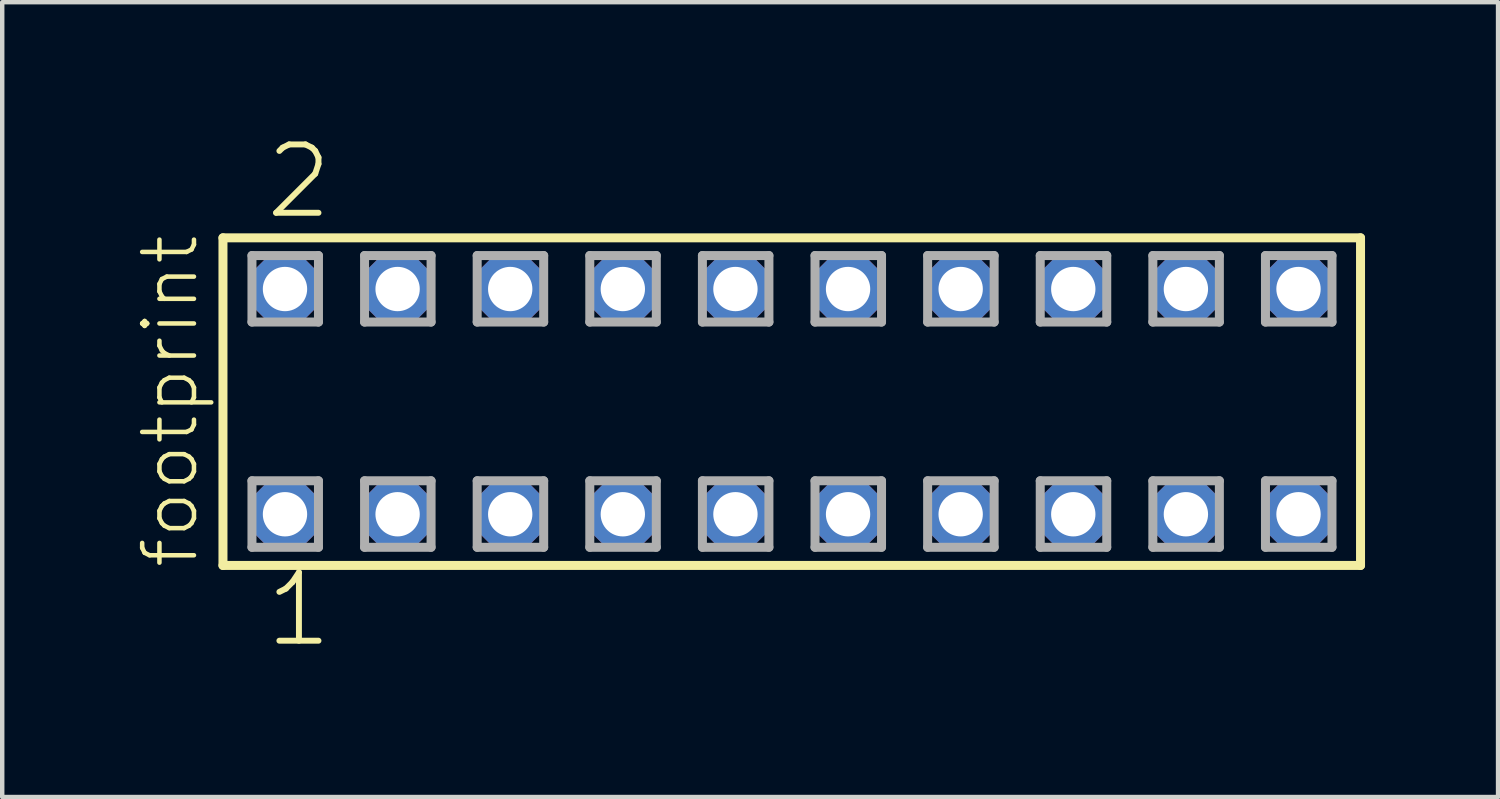
<source format=kicad_pcb>
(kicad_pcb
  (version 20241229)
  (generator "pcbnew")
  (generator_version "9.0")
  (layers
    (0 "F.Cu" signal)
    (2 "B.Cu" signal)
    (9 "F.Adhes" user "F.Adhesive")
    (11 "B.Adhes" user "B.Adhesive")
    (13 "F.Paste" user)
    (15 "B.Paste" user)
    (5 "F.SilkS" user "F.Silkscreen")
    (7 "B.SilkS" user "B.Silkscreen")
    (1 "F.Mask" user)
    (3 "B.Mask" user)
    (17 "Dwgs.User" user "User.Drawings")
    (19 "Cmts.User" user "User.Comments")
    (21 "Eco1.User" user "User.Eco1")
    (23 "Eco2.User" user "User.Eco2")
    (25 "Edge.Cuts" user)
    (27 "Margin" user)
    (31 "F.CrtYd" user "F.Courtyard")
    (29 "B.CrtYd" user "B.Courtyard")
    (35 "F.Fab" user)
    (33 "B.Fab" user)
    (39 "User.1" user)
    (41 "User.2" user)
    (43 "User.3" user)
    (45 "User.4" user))
  (footprint "footprint"
    (layer "F.Cu")
    (at 14.808 6.009)
    (property "Reference" "footprint" (at -13.335 3.81 90) (layer "F.SilkS") (effects (font (size 1.168 1.168) (thickness 0.102)) (justify left bottom)))
    (fp_line (start -12.829 -3.695) (end 12.829 -3.695) (stroke (width 0.203) (type solid)) (layer "F.SilkS"))
    (fp_line (start -12.829 3.695) (end -12.829 -3.695) (stroke (width 0.203) (type solid)) (layer "F.SilkS"))
    (fp_line (start 12.829 -3.695) (end 12.829 3.695) (stroke (width 0.203) (type solid)) (layer "F.SilkS"))
    (fp_line (start 12.829 3.695) (end -12.829 3.695) (stroke (width 0.203) (type solid)) (layer "F.SilkS"))
    (fp_line (start -12.175 -3.295) (end -10.675 -3.295) (stroke (width 0.203) (type solid)) (layer "F.Fab"))
    (fp_line (start -12.175 -1.795) (end -12.175 -3.295) (stroke (width 0.203) (type solid)) (layer "F.Fab"))
    (fp_line (start -12.175 1.785) (end -10.675 1.785) (stroke (width 0.203) (type solid)) (layer "F.Fab"))
    (fp_line (start -12.175 3.285) (end -12.175 1.785) (stroke (width 0.203) (type solid)) (layer "F.Fab"))
    (fp_line (start -10.675 -3.295) (end -10.675 -1.795) (stroke (width 0.203) (type solid)) (layer "F.Fab"))
    (fp_line (start -10.675 -1.795) (end -12.175 -1.795) (stroke (width 0.203) (type solid)) (layer "F.Fab"))
    (fp_line (start -10.675 1.785) (end -10.675 3.285) (stroke (width 0.203) (type solid)) (layer "F.Fab"))
    (fp_line (start -10.675 3.285) (end -12.175 3.285) (stroke (width 0.203) (type solid)) (layer "F.Fab"))
    (fp_line (start -9.635 -3.295) (end -8.135 -3.295) (stroke (width 0.203) (type solid)) (layer "F.Fab"))
    (fp_line (start -9.635 -1.795) (end -9.635 -3.295) (stroke (width 0.203) (type solid)) (layer "F.Fab"))
    (fp_line (start -9.635 1.785) (end -8.135 1.785) (stroke (width 0.203) (type solid)) (layer "F.Fab"))
    (fp_line (start -9.635 3.285) (end -9.635 1.785) (stroke (width 0.203) (type solid)) (layer "F.Fab"))
    (fp_line (start -8.135 -3.295) (end -8.135 -1.795) (stroke (width 0.203) (type solid)) (layer "F.Fab"))
    (fp_line (start -8.135 -1.795) (end -9.635 -1.795) (stroke (width 0.203) (type solid)) (layer "F.Fab"))
    (fp_line (start -8.135 1.785) (end -8.135 3.285) (stroke (width 0.203) (type solid)) (layer "F.Fab"))
    (fp_line (start -8.135 3.285) (end -9.635 3.285) (stroke (width 0.203) (type solid)) (layer "F.Fab"))
    (fp_line (start -7.095 -3.295) (end -5.595 -3.295) (stroke (width 0.203) (type solid)) (layer "F.Fab"))
    (fp_line (start -7.095 -1.795) (end -7.095 -3.295) (stroke (width 0.203) (type solid)) (layer "F.Fab"))
    (fp_line (start -7.095 1.785) (end -5.595 1.785) (stroke (width 0.203) (type solid)) (layer "F.Fab"))
    (fp_line (start -7.095 3.285) (end -7.095 1.785) (stroke (width 0.203) (type solid)) (layer "F.Fab"))
    (fp_line (start -5.595 -3.295) (end -5.595 -1.795) (stroke (width 0.203) (type solid)) (layer "F.Fab"))
    (fp_line (start -5.595 -1.795) (end -7.095 -1.795) (stroke (width 0.203) (type solid)) (layer "F.Fab"))
    (fp_line (start -5.595 1.785) (end -5.595 3.285) (stroke (width 0.203) (type solid)) (layer "F.Fab"))
    (fp_line (start -5.595 3.285) (end -7.095 3.285) (stroke (width 0.203) (type solid)) (layer "F.Fab"))
    (fp_line (start -4.555 -3.295) (end -3.055 -3.295) (stroke (width 0.203) (type solid)) (layer "F.Fab"))
    (fp_line (start -4.555 -1.795) (end -4.555 -3.295) (stroke (width 0.203) (type solid)) (layer "F.Fab"))
    (fp_line (start -4.555 1.785) (end -3.055 1.785) (stroke (width 0.203) (type solid)) (layer "F.Fab"))
    (fp_line (start -4.555 3.285) (end -4.555 1.785) (stroke (width 0.203) (type solid)) (layer "F.Fab"))
    (fp_line (start -3.055 -3.295) (end -3.055 -1.795) (stroke (width 0.203) (type solid)) (layer "F.Fab"))
    (fp_line (start -3.055 -1.795) (end -4.555 -1.795) (stroke (width 0.203) (type solid)) (layer "F.Fab"))
    (fp_line (start -3.055 1.785) (end -3.055 3.285) (stroke (width 0.203) (type solid)) (layer "F.Fab"))
    (fp_line (start -3.055 3.285) (end -4.555 3.285) (stroke (width 0.203) (type solid)) (layer "F.Fab"))
    (fp_line (start -2.015 -3.295) (end -0.515 -3.295) (stroke (width 0.203) (type solid)) (layer "F.Fab"))
    (fp_line (start -2.015 -1.795) (end -2.015 -3.295) (stroke (width 0.203) (type solid)) (layer "F.Fab"))
    (fp_line (start -2.015 1.785) (end -0.515 1.785) (stroke (width 0.203) (type solid)) (layer "F.Fab"))
    (fp_line (start -2.015 3.285) (end -2.015 1.785) (stroke (width 0.203) (type solid)) (layer "F.Fab"))
    (fp_line (start -0.515 -3.295) (end -0.515 -1.795) (stroke (width 0.203) (type solid)) (layer "F.Fab"))
    (fp_line (start -0.515 -1.795) (end -2.015 -1.795) (stroke (width 0.203) (type solid)) (layer "F.Fab"))
    (fp_line (start -0.515 1.785) (end -0.515 3.285) (stroke (width 0.203) (type solid)) (layer "F.Fab"))
    (fp_line (start -0.515 3.285) (end -2.015 3.285) (stroke (width 0.203) (type solid)) (layer "F.Fab"))
    (fp_line (start 0.525 -3.295) (end 2.025 -3.295) (stroke (width 0.203) (type solid)) (layer "F.Fab"))
    (fp_line (start 0.525 -1.795) (end 0.525 -3.295) (stroke (width 0.203) (type solid)) (layer "F.Fab"))
    (fp_line (start 0.525 1.785) (end 2.025 1.785) (stroke (width 0.203) (type solid)) (layer "F.Fab"))
    (fp_line (start 0.525 3.285) (end 0.525 1.785) (stroke (width 0.203) (type solid)) (layer "F.Fab"))
    (fp_line (start 2.025 -3.295) (end 2.025 -1.795) (stroke (width 0.203) (type solid)) (layer "F.Fab"))
    (fp_line (start 2.025 -1.795) (end 0.525 -1.795) (stroke (width 0.203) (type solid)) (layer "F.Fab"))
    (fp_line (start 2.025 1.785) (end 2.025 3.285) (stroke (width 0.203) (type solid)) (layer "F.Fab"))
    (fp_line (start 2.025 3.285) (end 0.525 3.285) (stroke (width 0.203) (type solid)) (layer "F.Fab"))
    (fp_line (start 3.065 -3.295) (end 4.565 -3.295) (stroke (width 0.203) (type solid)) (layer "F.Fab"))
    (fp_line (start 3.065 -1.795) (end 3.065 -3.295) (stroke (width 0.203) (type solid)) (layer "F.Fab"))
    (fp_line (start 3.065 1.785) (end 4.565 1.785) (stroke (width 0.203) (type solid)) (layer "F.Fab"))
    (fp_line (start 3.065 3.285) (end 3.065 1.785) (stroke (width 0.203) (type solid)) (layer "F.Fab"))
    (fp_line (start 4.565 -3.295) (end 4.565 -1.795) (stroke (width 0.203) (type solid)) (layer "F.Fab"))
    (fp_line (start 4.565 -1.795) (end 3.065 -1.795) (stroke (width 0.203) (type solid)) (layer "F.Fab"))
    (fp_line (start 4.565 1.785) (end 4.565 3.285) (stroke (width 0.203) (type solid)) (layer "F.Fab"))
    (fp_line (start 4.565 3.285) (end 3.065 3.285) (stroke (width 0.203) (type solid)) (layer "F.Fab"))
    (fp_line (start 5.605 -3.295) (end 7.105 -3.295) (stroke (width 0.203) (type solid)) (layer "F.Fab"))
    (fp_line (start 5.605 -1.795) (end 5.605 -3.295) (stroke (width 0.203) (type solid)) (layer "F.Fab"))
    (fp_line (start 5.605 1.785) (end 7.105 1.785) (stroke (width 0.203) (type solid)) (layer "F.Fab"))
    (fp_line (start 5.605 3.285) (end 5.605 1.785) (stroke (width 0.203) (type solid)) (layer "F.Fab"))
    (fp_line (start 7.105 -3.295) (end 7.105 -1.795) (stroke (width 0.203) (type solid)) (layer "F.Fab"))
    (fp_line (start 7.105 -1.795) (end 5.605 -1.795) (stroke (width 0.203) (type solid)) (layer "F.Fab"))
    (fp_line (start 7.105 1.785) (end 7.105 3.285) (stroke (width 0.203) (type solid)) (layer "F.Fab"))
    (fp_line (start 7.105 3.285) (end 5.605 3.285) (stroke (width 0.203) (type solid)) (layer "F.Fab"))
    (fp_line (start 8.145 -3.295) (end 9.645 -3.295) (stroke (width 0.203) (type solid)) (layer "F.Fab"))
    (fp_line (start 8.145 -1.795) (end 8.145 -3.295) (stroke (width 0.203) (type solid)) (layer "F.Fab"))
    (fp_line (start 8.145 1.785) (end 9.645 1.785) (stroke (width 0.203) (type solid)) (layer "F.Fab"))
    (fp_line (start 8.145 3.285) (end 8.145 1.785) (stroke (width 0.203) (type solid)) (layer "F.Fab"))
    (fp_line (start 9.645 -3.295) (end 9.645 -1.795) (stroke (width 0.203) (type solid)) (layer "F.Fab"))
    (fp_line (start 9.645 -1.795) (end 8.145 -1.795) (stroke (width 0.203) (type solid)) (layer "F.Fab"))
    (fp_line (start 9.645 1.785) (end 9.645 3.285) (stroke (width 0.203) (type solid)) (layer "F.Fab"))
    (fp_line (start 9.645 3.285) (end 8.145 3.285) (stroke (width 0.203) (type solid)) (layer "F.Fab"))
    (fp_line (start 10.685 -3.295) (end 12.185 -3.295) (stroke (width 0.203) (type solid)) (layer "F.Fab"))
    (fp_line (start 10.685 -1.795) (end 10.685 -3.295) (stroke (width 0.203) (type solid)) (layer "F.Fab"))
    (fp_line (start 10.685 1.785) (end 12.185 1.785) (stroke (width 0.203) (type solid)) (layer "F.Fab"))
    (fp_line (start 10.685 3.285) (end 10.685 1.785) (stroke (width 0.203) (type solid)) (layer "F.Fab"))
    (fp_line (start 12.185 -3.295) (end 12.185 -1.795) (stroke (width 0.203) (type solid)) (layer "F.Fab"))
    (fp_line (start 12.185 -1.795) (end 10.685 -1.795) (stroke (width 0.203) (type solid)) (layer "F.Fab"))
    (fp_line (start 12.185 1.785) (end 12.185 3.285) (stroke (width 0.203) (type solid)) (layer "F.Fab"))
    (fp_line (start 12.185 3.285) (end 10.685 3.285) (stroke (width 0.203) (type solid)) (layer "F.Fab"))
    (fp_text user "2" (at -11.938 -4.064 0) (layer "F.SilkS") (effects (font (size 1.542 1.542) (thickness 0.134)) (justify left bottom)))
    (fp_text user "1" (at -11.938 5.588 0) (layer "F.SilkS") (effects (font (size 1.542 1.542) (thickness 0.134)) (justify left bottom)))
    (pad "1" thru_hole roundrect (at -11.43 2.54) (size 1.5 1.5) (drill 1) (layers "*.Cu" "*.Mask") (roundrect_rratio 0.25) (chamfer_ratio 0.25) (chamfer top_left top_right bottom_left bottom_right))
    (pad "2" thru_hole roundrect (at -11.43 -2.54) (size 1.5 1.5) (drill 1) (layers "*.Cu" "*.Mask") (roundrect_rratio 0.25) (chamfer_ratio 0.25) (chamfer top_left top_right bottom_left bottom_right))
    (pad "3" thru_hole roundrect (at -8.89 2.54) (size 1.5 1.5) (drill 1) (layers "*.Cu" "*.Mask") (roundrect_rratio 0.25) (chamfer_ratio 0.25) (chamfer top_left top_right bottom_left bottom_right))
    (pad "4" thru_hole roundrect (at -8.89 -2.54) (size 1.5 1.5) (drill 1) (layers "*.Cu" "*.Mask") (roundrect_rratio 0.25) (chamfer_ratio 0.25) (chamfer top_left top_right bottom_left bottom_right))
    (pad "5" thru_hole roundrect (at -6.35 2.54) (size 1.5 1.5) (drill 1) (layers "*.Cu" "*.Mask") (roundrect_rratio 0.25) (chamfer_ratio 0.25) (chamfer top_left top_right bottom_left bottom_right))
    (pad "6" thru_hole roundrect (at -6.35 -2.54) (size 1.5 1.5) (drill 1) (layers "*.Cu" "*.Mask") (roundrect_rratio 0.25) (chamfer_ratio 0.25) (chamfer top_left top_right bottom_left bottom_right))
    (pad "7" thru_hole roundrect (at -3.81 2.54) (size 1.5 1.5) (drill 1) (layers "*.Cu" "*.Mask") (roundrect_rratio 0.25) (chamfer_ratio 0.25) (chamfer top_left top_right bottom_left bottom_right))
    (pad "8" thru_hole roundrect (at -3.81 -2.54) (size 1.5 1.5) (drill 1) (layers "*.Cu" "*.Mask") (roundrect_rratio 0.25) (chamfer_ratio 0.25) (chamfer top_left top_right bottom_left bottom_right))
    (pad "9" thru_hole roundrect (at -1.27 2.54) (size 1.5 1.5) (drill 1) (layers "*.Cu" "*.Mask") (roundrect_rratio 0.25) (chamfer_ratio 0.25) (chamfer top_left top_right bottom_left bottom_right))
    (pad "10" thru_hole roundrect (at -1.27 -2.54) (size 1.5 1.5) (drill 1) (layers "*.Cu" "*.Mask") (roundrect_rratio 0.25) (chamfer_ratio 0.25) (chamfer top_left top_right bottom_left bottom_right))
    (pad "11" thru_hole roundrect (at 1.27 2.54) (size 1.5 1.5) (drill 1) (layers "*.Cu" "*.Mask") (roundrect_rratio 0.25) (chamfer_ratio 0.25) (chamfer top_left top_right bottom_left bottom_right))
    (pad "12" thru_hole roundrect (at 1.27 -2.54) (size 1.5 1.5) (drill 1) (layers "*.Cu" "*.Mask") (roundrect_rratio 0.25) (chamfer_ratio 0.25) (chamfer top_left top_right bottom_left bottom_right))
    (pad "13" thru_hole roundrect (at 3.81 2.54) (size 1.5 1.5) (drill 1) (layers "*.Cu" "*.Mask") (roundrect_rratio 0.25) (chamfer_ratio 0.25) (chamfer top_left top_right bottom_left bottom_right))
    (pad "14" thru_hole roundrect (at 3.81 -2.54) (size 1.5 1.5) (drill 1) (layers "*.Cu" "*.Mask") (roundrect_rratio 0.25) (chamfer_ratio 0.25) (chamfer top_left top_right bottom_left bottom_right))
    (pad "15" thru_hole roundrect (at 6.35 2.54) (size 1.5 1.5) (drill 1) (layers "*.Cu" "*.Mask") (roundrect_rratio 0.25) (chamfer_ratio 0.25) (chamfer top_left top_right bottom_left bottom_right))
    (pad "16" thru_hole roundrect (at 6.35 -2.54) (size 1.5 1.5) (drill 1) (layers "*.Cu" "*.Mask") (roundrect_rratio 0.25) (chamfer_ratio 0.25) (chamfer top_left top_right bottom_left bottom_right))
    (pad "17" thru_hole roundrect (at 8.89 2.54) (size 1.5 1.5) (drill 1) (layers "*.Cu" "*.Mask") (roundrect_rratio 0.25) (chamfer_ratio 0.25) (chamfer top_left top_right bottom_left bottom_right))
    (pad "18" thru_hole roundrect (at 8.89 -2.54) (size 1.5 1.5) (drill 1) (layers "*.Cu" "*.Mask") (roundrect_rratio 0.25) (chamfer_ratio 0.25) (chamfer top_left top_right bottom_left bottom_right))
    (pad "19" thru_hole roundrect (at 11.43 2.54) (size 1.5 1.5) (drill 1) (layers "*.Cu" "*.Mask") (roundrect_rratio 0.25) (chamfer_ratio 0.25) (chamfer top_left top_right bottom_left bottom_right))
    (pad "20" thru_hole roundrect (at 11.43 -2.54) (size 1.5 1.5) (drill 1) (layers "*.Cu" "*.Mask") (roundrect_rratio 0.25) (chamfer_ratio 0.25) (chamfer top_left top_right bottom_left bottom_right)))
  (gr_rect
    (start -3 -3)
    (end 30.739 14.927)
    (stroke (width 0.1) (type default))
    (fill no)
    (layer "Edge.Cuts")))
</source>
